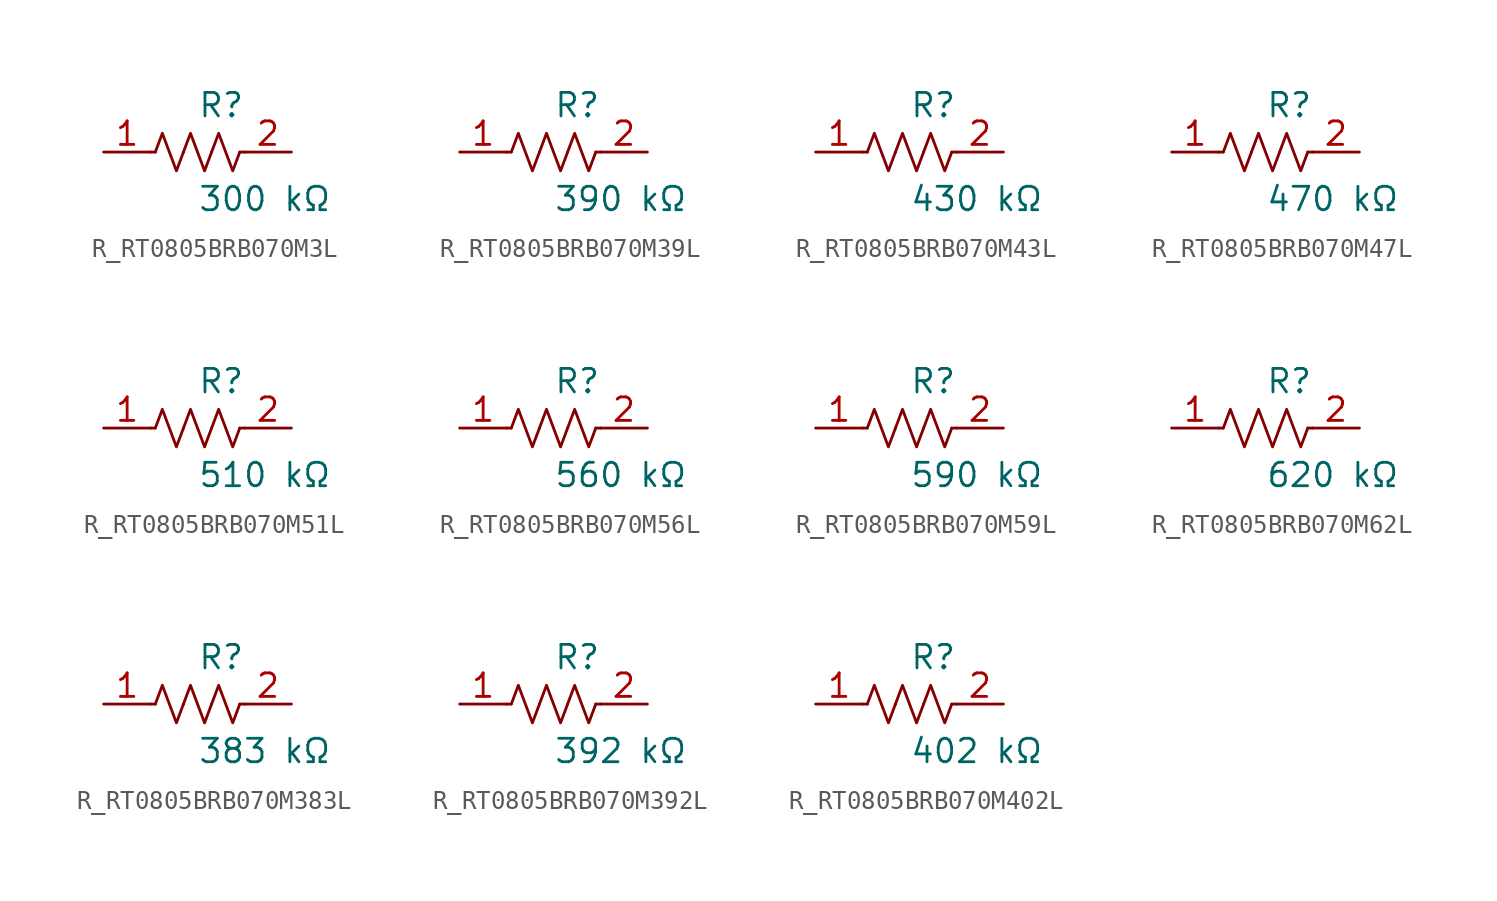
<source format=kicad_sym>
(kicad_symbol_lib
  (version 20231120)
  (generator kicad_symbol_editor)
  (generator_version 8.0)
  (symbol "R_RT0805BRB070M3L"
    (pin_names
      (offset 0.254))
    (property "Reference" "R"
      (at 0.0 2.54 0)
      (effects (font (size 1.27 1.27)) (justify left)))
    (property "Value" "300 kΩ"
      (at 0.0 -2.54 0)
      (effects (font (size 1.27 1.27)) (justify left)))
    (symbol "R_RT0805BRB070M3L_0_1"
      (polyline (pts (xy 2.286 0) (xy 2.54 0)) (stroke (width 0) (type default)) (fill (type none)))
      (polyline (pts (xy -2.286 0) (xy -2.54 0)) (stroke (width 0) (type default)) (fill (type none)))
      (polyline (pts (xy 0.762 0) (xy 1.143 1.016) (xy 1.524 0) (xy 1.905 -1.016) (xy 2.286 0)) (stroke (width 0) (type default)) (fill (type none)))
      (polyline (pts (xy -0.762 0) (xy -0.381 1.016) (xy 0 0) (xy 0.381 -1.016) (xy 0.762 0)) (stroke (width 0) (type default)) (fill (type none)))
      (polyline (pts (xy -2.286 0) (xy -1.905 1.016) (xy -1.524 0) (xy -1.143 -1.016) (xy -0.762 0)) (stroke (width 0) (type default)) (fill (type none))))
    (pin unspecified line
      (at -5.08 0 0)
      (length 2.54)
      (name "" (effects (font (size 1.27 1.27))))
      (number "1" (effects (font (size 1.27 1.27)))))
    (pin unspecified line
      (at 5.08 0 180)
      (length 2.54)
      (name "" (effects (font (size 1.27 1.27))))
      (number "2" (effects (font (size 1.27 1.27))))))
  (symbol "R_RT0805BRB070M39L"
    (pin_names
      (offset 0.254))
    (property "Reference" "R"
      (at 0.0 2.54 0)
      (effects (font (size 1.27 1.27)) (justify left)))
    (property "Value" "390 kΩ"
      (at 0.0 -2.54 0)
      (effects (font (size 1.27 1.27)) (justify left)))
    (symbol "R_RT0805BRB070M39L_0_1"
      (polyline (pts (xy 2.286 0) (xy 2.54 0)) (stroke (width 0) (type default)) (fill (type none)))
      (polyline (pts (xy -2.286 0) (xy -2.54 0)) (stroke (width 0) (type default)) (fill (type none)))
      (polyline (pts (xy 0.762 0) (xy 1.143 1.016) (xy 1.524 0) (xy 1.905 -1.016) (xy 2.286 0)) (stroke (width 0) (type default)) (fill (type none)))
      (polyline (pts (xy -0.762 0) (xy -0.381 1.016) (xy 0 0) (xy 0.381 -1.016) (xy 0.762 0)) (stroke (width 0) (type default)) (fill (type none)))
      (polyline (pts (xy -2.286 0) (xy -1.905 1.016) (xy -1.524 0) (xy -1.143 -1.016) (xy -0.762 0)) (stroke (width 0) (type default)) (fill (type none))))
    (pin unspecified line
      (at -5.08 0 0)
      (length 2.54)
      (name "" (effects (font (size 1.27 1.27))))
      (number "1" (effects (font (size 1.27 1.27)))))
    (pin unspecified line
      (at 5.08 0 180)
      (length 2.54)
      (name "" (effects (font (size 1.27 1.27))))
      (number "2" (effects (font (size 1.27 1.27))))))
  (symbol "R_RT0805BRB070M43L"
    (pin_names
      (offset 0.254))
    (property "Reference" "R"
      (at 0.0 2.54 0)
      (effects (font (size 1.27 1.27)) (justify left)))
    (property "Value" "430 kΩ"
      (at 0.0 -2.54 0)
      (effects (font (size 1.27 1.27)) (justify left)))
    (symbol "R_RT0805BRB070M43L_0_1"
      (polyline (pts (xy 2.286 0) (xy 2.54 0)) (stroke (width 0) (type default)) (fill (type none)))
      (polyline (pts (xy -2.286 0) (xy -2.54 0)) (stroke (width 0) (type default)) (fill (type none)))
      (polyline (pts (xy 0.762 0) (xy 1.143 1.016) (xy 1.524 0) (xy 1.905 -1.016) (xy 2.286 0)) (stroke (width 0) (type default)) (fill (type none)))
      (polyline (pts (xy -0.762 0) (xy -0.381 1.016) (xy 0 0) (xy 0.381 -1.016) (xy 0.762 0)) (stroke (width 0) (type default)) (fill (type none)))
      (polyline (pts (xy -2.286 0) (xy -1.905 1.016) (xy -1.524 0) (xy -1.143 -1.016) (xy -0.762 0)) (stroke (width 0) (type default)) (fill (type none))))
    (pin unspecified line
      (at -5.08 0 0)
      (length 2.54)
      (name "" (effects (font (size 1.27 1.27))))
      (number "1" (effects (font (size 1.27 1.27)))))
    (pin unspecified line
      (at 5.08 0 180)
      (length 2.54)
      (name "" (effects (font (size 1.27 1.27))))
      (number "2" (effects (font (size 1.27 1.27))))))
  (symbol "R_RT0805BRB070M47L"
    (pin_names
      (offset 0.254))
    (property "Reference" "R"
      (at 0.0 2.54 0)
      (effects (font (size 1.27 1.27)) (justify left)))
    (property "Value" "470 kΩ"
      (at 0.0 -2.54 0)
      (effects (font (size 1.27 1.27)) (justify left)))
    (symbol "R_RT0805BRB070M47L_0_1"
      (polyline (pts (xy 2.286 0) (xy 2.54 0)) (stroke (width 0) (type default)) (fill (type none)))
      (polyline (pts (xy -2.286 0) (xy -2.54 0)) (stroke (width 0) (type default)) (fill (type none)))
      (polyline (pts (xy 0.762 0) (xy 1.143 1.016) (xy 1.524 0) (xy 1.905 -1.016) (xy 2.286 0)) (stroke (width 0) (type default)) (fill (type none)))
      (polyline (pts (xy -0.762 0) (xy -0.381 1.016) (xy 0 0) (xy 0.381 -1.016) (xy 0.762 0)) (stroke (width 0) (type default)) (fill (type none)))
      (polyline (pts (xy -2.286 0) (xy -1.905 1.016) (xy -1.524 0) (xy -1.143 -1.016) (xy -0.762 0)) (stroke (width 0) (type default)) (fill (type none))))
    (pin unspecified line
      (at -5.08 0 0)
      (length 2.54)
      (name "" (effects (font (size 1.27 1.27))))
      (number "1" (effects (font (size 1.27 1.27)))))
    (pin unspecified line
      (at 5.08 0 180)
      (length 2.54)
      (name "" (effects (font (size 1.27 1.27))))
      (number "2" (effects (font (size 1.27 1.27))))))
  (symbol "R_RT0805BRB070M51L"
    (pin_names
      (offset 0.254))
    (property "Reference" "R"
      (at 0.0 2.54 0)
      (effects (font (size 1.27 1.27)) (justify left)))
    (property "Value" "510 kΩ"
      (at 0.0 -2.54 0)
      (effects (font (size 1.27 1.27)) (justify left)))
    (symbol "R_RT0805BRB070M51L_0_1"
      (polyline (pts (xy 2.286 0) (xy 2.54 0)) (stroke (width 0) (type default)) (fill (type none)))
      (polyline (pts (xy -2.286 0) (xy -2.54 0)) (stroke (width 0) (type default)) (fill (type none)))
      (polyline (pts (xy 0.762 0) (xy 1.143 1.016) (xy 1.524 0) (xy 1.905 -1.016) (xy 2.286 0)) (stroke (width 0) (type default)) (fill (type none)))
      (polyline (pts (xy -0.762 0) (xy -0.381 1.016) (xy 0 0) (xy 0.381 -1.016) (xy 0.762 0)) (stroke (width 0) (type default)) (fill (type none)))
      (polyline (pts (xy -2.286 0) (xy -1.905 1.016) (xy -1.524 0) (xy -1.143 -1.016) (xy -0.762 0)) (stroke (width 0) (type default)) (fill (type none))))
    (pin unspecified line
      (at -5.08 0 0)
      (length 2.54)
      (name "" (effects (font (size 1.27 1.27))))
      (number "1" (effects (font (size 1.27 1.27)))))
    (pin unspecified line
      (at 5.08 0 180)
      (length 2.54)
      (name "" (effects (font (size 1.27 1.27))))
      (number "2" (effects (font (size 1.27 1.27))))))
  (symbol "R_RT0805BRB070M56L"
    (pin_names
      (offset 0.254))
    (property "Reference" "R"
      (at 0.0 2.54 0)
      (effects (font (size 1.27 1.27)) (justify left)))
    (property "Value" "560 kΩ"
      (at 0.0 -2.54 0)
      (effects (font (size 1.27 1.27)) (justify left)))
    (symbol "R_RT0805BRB070M56L_0_1"
      (polyline (pts (xy 2.286 0) (xy 2.54 0)) (stroke (width 0) (type default)) (fill (type none)))
      (polyline (pts (xy -2.286 0) (xy -2.54 0)) (stroke (width 0) (type default)) (fill (type none)))
      (polyline (pts (xy 0.762 0) (xy 1.143 1.016) (xy 1.524 0) (xy 1.905 -1.016) (xy 2.286 0)) (stroke (width 0) (type default)) (fill (type none)))
      (polyline (pts (xy -0.762 0) (xy -0.381 1.016) (xy 0 0) (xy 0.381 -1.016) (xy 0.762 0)) (stroke (width 0) (type default)) (fill (type none)))
      (polyline (pts (xy -2.286 0) (xy -1.905 1.016) (xy -1.524 0) (xy -1.143 -1.016) (xy -0.762 0)) (stroke (width 0) (type default)) (fill (type none))))
    (pin unspecified line
      (at -5.08 0 0)
      (length 2.54)
      (name "" (effects (font (size 1.27 1.27))))
      (number "1" (effects (font (size 1.27 1.27)))))
    (pin unspecified line
      (at 5.08 0 180)
      (length 2.54)
      (name "" (effects (font (size 1.27 1.27))))
      (number "2" (effects (font (size 1.27 1.27))))))
  (symbol "R_RT0805BRB070M59L"
    (pin_names
      (offset 0.254))
    (property "Reference" "R"
      (at 0.0 2.54 0)
      (effects (font (size 1.27 1.27)) (justify left)))
    (property "Value" "590 kΩ"
      (at 0.0 -2.54 0)
      (effects (font (size 1.27 1.27)) (justify left)))
    (symbol "R_RT0805BRB070M59L_0_1"
      (polyline (pts (xy 2.286 0) (xy 2.54 0)) (stroke (width 0) (type default)) (fill (type none)))
      (polyline (pts (xy -2.286 0) (xy -2.54 0)) (stroke (width 0) (type default)) (fill (type none)))
      (polyline (pts (xy 0.762 0) (xy 1.143 1.016) (xy 1.524 0) (xy 1.905 -1.016) (xy 2.286 0)) (stroke (width 0) (type default)) (fill (type none)))
      (polyline (pts (xy -0.762 0) (xy -0.381 1.016) (xy 0 0) (xy 0.381 -1.016) (xy 0.762 0)) (stroke (width 0) (type default)) (fill (type none)))
      (polyline (pts (xy -2.286 0) (xy -1.905 1.016) (xy -1.524 0) (xy -1.143 -1.016) (xy -0.762 0)) (stroke (width 0) (type default)) (fill (type none))))
    (pin unspecified line
      (at -5.08 0 0)
      (length 2.54)
      (name "" (effects (font (size 1.27 1.27))))
      (number "1" (effects (font (size 1.27 1.27)))))
    (pin unspecified line
      (at 5.08 0 180)
      (length 2.54)
      (name "" (effects (font (size 1.27 1.27))))
      (number "2" (effects (font (size 1.27 1.27))))))
  (symbol "R_RT0805BRB070M62L"
    (pin_names
      (offset 0.254))
    (property "Reference" "R"
      (at 0.0 2.54 0)
      (effects (font (size 1.27 1.27)) (justify left)))
    (property "Value" "620 kΩ"
      (at 0.0 -2.54 0)
      (effects (font (size 1.27 1.27)) (justify left)))
    (symbol "R_RT0805BRB070M62L_0_1"
      (polyline (pts (xy 2.286 0) (xy 2.54 0)) (stroke (width 0) (type default)) (fill (type none)))
      (polyline (pts (xy -2.286 0) (xy -2.54 0)) (stroke (width 0) (type default)) (fill (type none)))
      (polyline (pts (xy 0.762 0) (xy 1.143 1.016) (xy 1.524 0) (xy 1.905 -1.016) (xy 2.286 0)) (stroke (width 0) (type default)) (fill (type none)))
      (polyline (pts (xy -0.762 0) (xy -0.381 1.016) (xy 0 0) (xy 0.381 -1.016) (xy 0.762 0)) (stroke (width 0) (type default)) (fill (type none)))
      (polyline (pts (xy -2.286 0) (xy -1.905 1.016) (xy -1.524 0) (xy -1.143 -1.016) (xy -0.762 0)) (stroke (width 0) (type default)) (fill (type none))))
    (pin unspecified line
      (at -5.08 0 0)
      (length 2.54)
      (name "" (effects (font (size 1.27 1.27))))
      (number "1" (effects (font (size 1.27 1.27)))))
    (pin unspecified line
      (at 5.08 0 180)
      (length 2.54)
      (name "" (effects (font (size 1.27 1.27))))
      (number "2" (effects (font (size 1.27 1.27))))))
  (symbol "R_RT0805BRB070M383L"
    (pin_names
      (offset 0.254))
    (property "Reference" "R"
      (at 0.0 2.54 0)
      (effects (font (size 1.27 1.27)) (justify left)))
    (property "Value" "383 kΩ"
      (at 0.0 -2.54 0)
      (effects (font (size 1.27 1.27)) (justify left)))
    (symbol "R_RT0805BRB070M383L_0_1"
      (polyline (pts (xy 2.286 0) (xy 2.54 0)) (stroke (width 0) (type default)) (fill (type none)))
      (polyline (pts (xy -2.286 0) (xy -2.54 0)) (stroke (width 0) (type default)) (fill (type none)))
      (polyline (pts (xy 0.762 0) (xy 1.143 1.016) (xy 1.524 0) (xy 1.905 -1.016) (xy 2.286 0)) (stroke (width 0) (type default)) (fill (type none)))
      (polyline (pts (xy -0.762 0) (xy -0.381 1.016) (xy 0 0) (xy 0.381 -1.016) (xy 0.762 0)) (stroke (width 0) (type default)) (fill (type none)))
      (polyline (pts (xy -2.286 0) (xy -1.905 1.016) (xy -1.524 0) (xy -1.143 -1.016) (xy -0.762 0)) (stroke (width 0) (type default)) (fill (type none))))
    (pin unspecified line
      (at -5.08 0 0)
      (length 2.54)
      (name "" (effects (font (size 1.27 1.27))))
      (number "1" (effects (font (size 1.27 1.27)))))
    (pin unspecified line
      (at 5.08 0 180)
      (length 2.54)
      (name "" (effects (font (size 1.27 1.27))))
      (number "2" (effects (font (size 1.27 1.27))))))
  (symbol "R_RT0805BRB070M392L"
    (pin_names
      (offset 0.254))
    (property "Reference" "R"
      (at 0.0 2.54 0)
      (effects (font (size 1.27 1.27)) (justify left)))
    (property "Value" "392 kΩ"
      (at 0.0 -2.54 0)
      (effects (font (size 1.27 1.27)) (justify left)))
    (symbol "R_RT0805BRB070M392L_0_1"
      (polyline (pts (xy 2.286 0) (xy 2.54 0)) (stroke (width 0) (type default)) (fill (type none)))
      (polyline (pts (xy -2.286 0) (xy -2.54 0)) (stroke (width 0) (type default)) (fill (type none)))
      (polyline (pts (xy 0.762 0) (xy 1.143 1.016) (xy 1.524 0) (xy 1.905 -1.016) (xy 2.286 0)) (stroke (width 0) (type default)) (fill (type none)))
      (polyline (pts (xy -0.762 0) (xy -0.381 1.016) (xy 0 0) (xy 0.381 -1.016) (xy 0.762 0)) (stroke (width 0) (type default)) (fill (type none)))
      (polyline (pts (xy -2.286 0) (xy -1.905 1.016) (xy -1.524 0) (xy -1.143 -1.016) (xy -0.762 0)) (stroke (width 0) (type default)) (fill (type none))))
    (pin unspecified line
      (at -5.08 0 0)
      (length 2.54)
      (name "" (effects (font (size 1.27 1.27))))
      (number "1" (effects (font (size 1.27 1.27)))))
    (pin unspecified line
      (at 5.08 0 180)
      (length 2.54)
      (name "" (effects (font (size 1.27 1.27))))
      (number "2" (effects (font (size 1.27 1.27))))))
  (symbol "R_RT0805BRB070M402L"
    (pin_names
      (offset 0.254))
    (property "Reference" "R"
      (at 0.0 2.54 0)
      (effects (font (size 1.27 1.27)) (justify left)))
    (property "Value" "402 kΩ"
      (at 0.0 -2.54 0)
      (effects (font (size 1.27 1.27)) (justify left)))
    (symbol "R_RT0805BRB070M402L_0_1"
      (polyline (pts (xy 2.286 0) (xy 2.54 0)) (stroke (width 0) (type default)) (fill (type none)))
      (polyline (pts (xy -2.286 0) (xy -2.54 0)) (stroke (width 0) (type default)) (fill (type none)))
      (polyline (pts (xy 0.762 0) (xy 1.143 1.016) (xy 1.524 0) (xy 1.905 -1.016) (xy 2.286 0)) (stroke (width 0) (type default)) (fill (type none)))
      (polyline (pts (xy -0.762 0) (xy -0.381 1.016) (xy 0 0) (xy 0.381 -1.016) (xy 0.762 0)) (stroke (width 0) (type default)) (fill (type none)))
      (polyline (pts (xy -2.286 0) (xy -1.905 1.016) (xy -1.524 0) (xy -1.143 -1.016) (xy -0.762 0)) (stroke (width 0) (type default)) (fill (type none))))
    (pin unspecified line
      (at -5.08 0 0)
      (length 2.54)
      (name "" (effects (font (size 1.27 1.27))))
      (number "1" (effects (font (size 1.27 1.27)))))
    (pin unspecified line
      (at 5.08 0 180)
      (length 2.54)
      (name "" (effects (font (size 1.27 1.27))))
      (number "2" (effects (font (size 1.27 1.27)))))))
</source>
